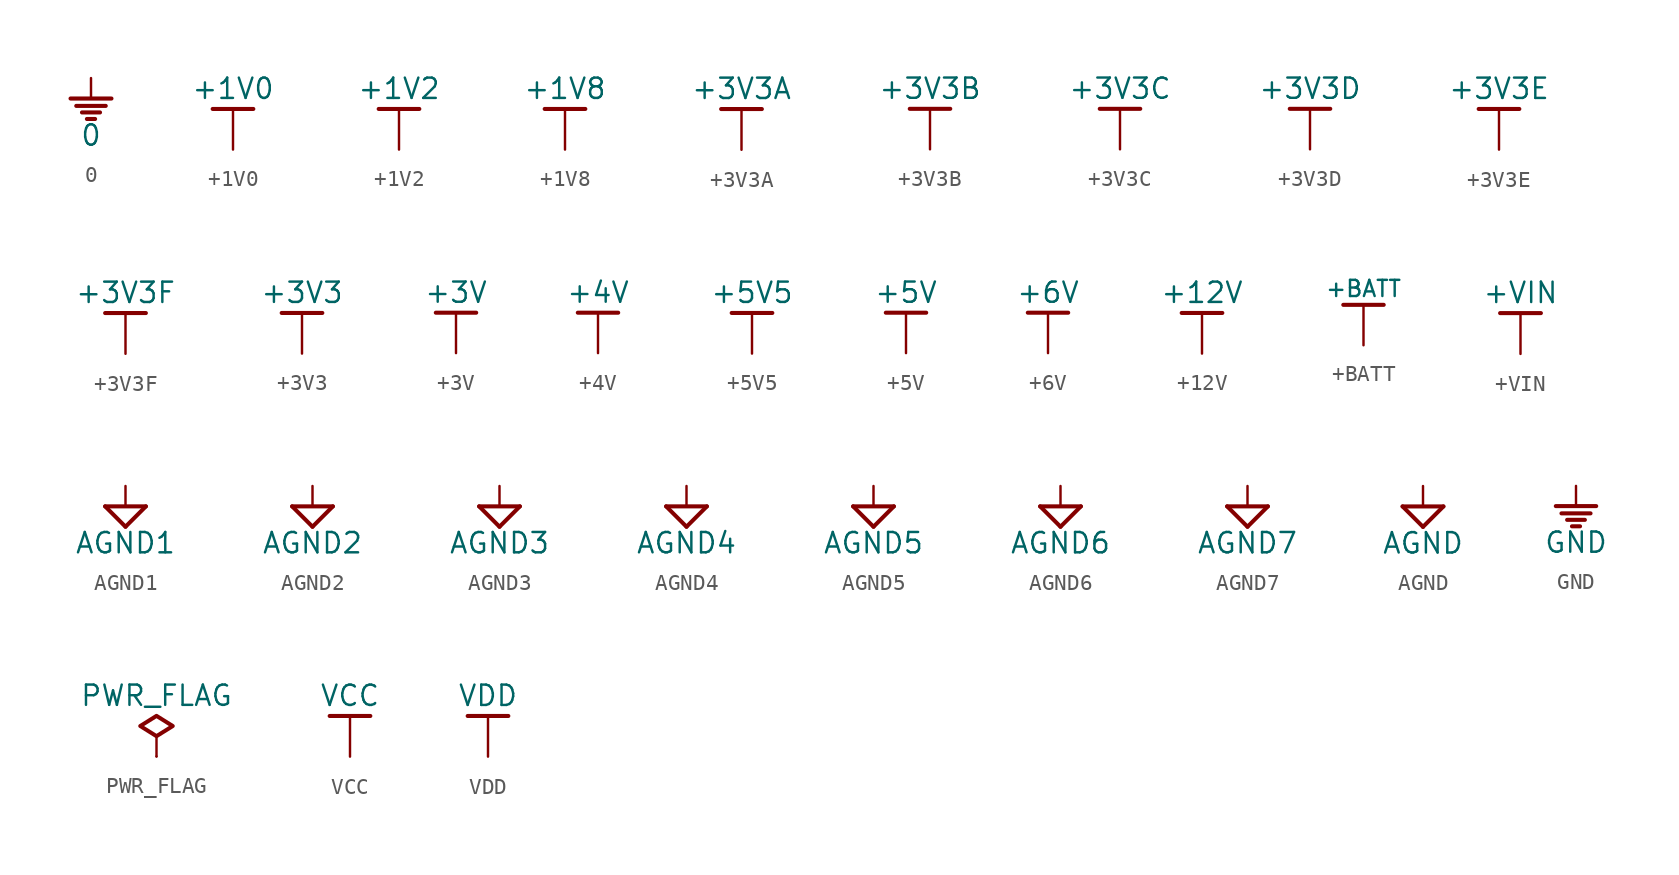
<source format=kicad_sym>
(kicad_symbol_lib
  (version 20210619)
  (generator kicad_symbol_editor)
  (symbol "KLIB_Power:0"
    (power)
    (pin_names
      (offset 0))
    (property "Reference" "#PWR"
      (at 0 -5.08 0)
      (effects (font (size 1.27 1.27)) hide))
    (property "Value" "0"
      (at 0 -3.556 0)
      (effects (font (size 1.27 1.27))))
    (symbol "0_0_1"
      (polyline (pts (xy -0.914 -1.727) (xy 0.914 -1.727)) (stroke (width 0.254)) (fill (type none)))
      (polyline (pts (xy -0.559 -2.134) (xy 0.559 -2.134)) (stroke (width 0.254)) (fill (type none)))
      (polyline (pts (xy -0.254 -2.54) (xy 0.254 -2.54)) (stroke (width 0.254)) (fill (type none)))
      (polyline (pts (xy 0 -1.27) (xy 0 0)) (stroke (width 0)) (fill (type none)))
      (polyline (pts (xy 1.27 -1.27) (xy -1.27 -1.27)) (stroke (width 0.254)) (fill (type none))))
    (symbol "0_1_1"
      (pin power_in line (at 0 0 270) (length 0) hide (name "0" (effects (font (size 1.27 1.27)))) (number "1" (effects (font (size 1.27 1.27)))))))
  (symbol "KLIB_Power:+1V0"
    (power)
    (pin_names
      (offset 0))
    (property "Reference" "#PWR"
      (at 0 -7.62 0)
      (effects (font (size 1.27 1.27)) hide))
    (property "Value" "+1V0"
      (at 0 3.81 0)
      (effects (font (size 1.27 1.27))))
    (symbol "+1V0_0_1"
      (polyline (pts (xy -1.27 2.54) (xy 1.27 2.54)) (stroke (width 0.254)) (fill (type none)))
      (polyline (pts (xy 0 0) (xy 0 2.54)) (stroke (width 0)) (fill (type none))))
    (symbol "+1V0_1_1"
      (pin power_in line (at 0 0 90) (length 0) hide (name "+1V0" (effects (font (size 1.27 1.27)))) (number "1" (effects (font (size 1.27 1.27)))))))
  (symbol "KLIB_Power:+1V2"
    (power)
    (pin_names
      (offset 0))
    (property "Reference" "#PWR"
      (at 0 -7.62 0)
      (effects (font (size 1.27 1.27)) hide))
    (property "Value" "+1V2"
      (at 0 3.81 0)
      (effects (font (size 1.27 1.27))))
    (symbol "+1V2_0_1"
      (polyline (pts (xy -1.27 2.54) (xy 1.27 2.54)) (stroke (width 0.254)) (fill (type none)))
      (polyline (pts (xy 0 0) (xy 0 2.54)) (stroke (width 0)) (fill (type none))))
    (symbol "+1V2_1_1"
      (pin power_in line (at 0 0 90) (length 0) hide (name "+1V2" (effects (font (size 1.27 1.27)))) (number "1" (effects (font (size 1.27 1.27)))))))
  (symbol "KLIB_Power:+1V8"
    (power)
    (pin_names
      (offset 0))
    (property "Reference" "#PWR"
      (at 0 -7.62 0)
      (effects (font (size 1.27 1.27)) hide))
    (property "Value" "+1V8"
      (at 0 3.81 0)
      (effects (font (size 1.27 1.27))))
    (symbol "+1V8_0_1"
      (polyline (pts (xy -1.27 2.54) (xy 1.27 2.54)) (stroke (width 0.254)) (fill (type none)))
      (polyline (pts (xy 0 0) (xy 0 2.54)) (stroke (width 0)) (fill (type none))))
    (symbol "+1V8_1_1"
      (pin power_in line (at 0 0 90) (length 0) hide (name "+1V8" (effects (font (size 1.27 1.27)))) (number "1" (effects (font (size 1.27 1.27)))))))
  (symbol "KLIB_Power:+3V3A"
    (power)
    (pin_names
      (offset 0))
    (property "Reference" "#PWR"
      (at 0 -7.62 0)
      (effects (font (size 1.27 1.27)) hide))
    (property "Value" "+3V3A"
      (at 0 3.81 0)
      (effects (font (size 1.27 1.27))))
    (symbol "+3V3A_0_1"
      (polyline (pts (xy -1.27 2.54) (xy 1.27 2.54)) (stroke (width 0.254)) (fill (type none)))
      (polyline (pts (xy 0 0) (xy 0 2.54)) (stroke (width 0)) (fill (type none))))
    (symbol "+3V3A_1_1"
      (pin power_in line (at 0 0 90) (length 0) hide (name "+3V3A" (effects (font (size 1.27 1.27)))) (number "1" (effects (font (size 1.27 1.27)))))))
  (symbol "KLIB_Power:+3V3B"
    (power)
    (pin_names
      (offset 0))
    (property "Reference" "#PWR"
      (at 0 -7.62 0)
      (effects (font (size 1.27 1.27)) hide))
    (property "Value" "+3V3B"
      (at 0 3.81 0)
      (effects (font (size 1.27 1.27))))
    (symbol "+3V3B_0_1"
      (polyline (pts (xy -1.27 2.54) (xy 1.27 2.54)) (stroke (width 0.254)) (fill (type none)))
      (polyline (pts (xy 0 0) (xy 0 2.54)) (stroke (width 0)) (fill (type none))))
    (symbol "+3V3B_1_1"
      (pin power_in line (at 0 0 90) (length 0) hide (name "+3V3B" (effects (font (size 1.27 1.27)))) (number "1" (effects (font (size 1.27 1.27)))))))
  (symbol "KLIB_Power:+3V3C"
    (power)
    (pin_names
      (offset 0))
    (property "Reference" "#PWR"
      (at 0 -7.62 0)
      (effects (font (size 1.27 1.27)) hide))
    (property "Value" "+3V3C"
      (at 0 3.81 0)
      (effects (font (size 1.27 1.27))))
    (symbol "+3V3C_0_1"
      (polyline (pts (xy -1.27 2.54) (xy 1.27 2.54)) (stroke (width 0.254)) (fill (type none)))
      (polyline (pts (xy 0 0) (xy 0 2.54)) (stroke (width 0)) (fill (type none))))
    (symbol "+3V3C_1_1"
      (pin power_in line (at 0 0 90) (length 0) hide (name "+3V3C" (effects (font (size 1.27 1.27)))) (number "1" (effects (font (size 1.27 1.27)))))))
  (symbol "KLIB_Power:+3V3D"
    (power)
    (pin_names
      (offset 0))
    (property "Reference" "#PWR"
      (at 0 -7.62 0)
      (effects (font (size 1.27 1.27)) hide))
    (property "Value" "+3V3D"
      (at 0 3.81 0)
      (effects (font (size 1.27 1.27))))
    (symbol "+3V3D_0_1"
      (polyline (pts (xy -1.27 2.54) (xy 1.27 2.54)) (stroke (width 0.254)) (fill (type none)))
      (polyline (pts (xy 0 0) (xy 0 2.54)) (stroke (width 0)) (fill (type none))))
    (symbol "+3V3D_1_1"
      (pin power_in line (at 0 0 90) (length 0) hide (name "+3V3D" (effects (font (size 1.27 1.27)))) (number "1" (effects (font (size 1.27 1.27)))))))
  (symbol "KLIB_Power:+3V3E"
    (power)
    (pin_names
      (offset 0))
    (property "Reference" "#PWR"
      (at 0 -7.62 0)
      (effects (font (size 1.27 1.27)) hide))
    (property "Value" "+3V3E"
      (at 0 3.81 0)
      (effects (font (size 1.27 1.27))))
    (symbol "+3V3E_0_1"
      (polyline (pts (xy -1.27 2.54) (xy 1.27 2.54)) (stroke (width 0.254)) (fill (type none)))
      (polyline (pts (xy 0 0) (xy 0 2.54)) (stroke (width 0)) (fill (type none))))
    (symbol "+3V3E_1_1"
      (pin power_in line (at 0 0 90) (length 0) hide (name "+3V3E" (effects (font (size 1.27 1.27)))) (number "1" (effects (font (size 1.27 1.27)))))))
  (symbol "KLIB_Power:+3V3F"
    (power)
    (pin_names
      (offset 0))
    (property "Reference" "#PWR"
      (at 0 -7.62 0)
      (effects (font (size 1.27 1.27)) hide))
    (property "Value" "+3V3F"
      (at 0 3.81 0)
      (effects (font (size 1.27 1.27))))
    (symbol "+3V3F_0_1"
      (polyline (pts (xy -1.27 2.54) (xy 1.27 2.54)) (stroke (width 0.254)) (fill (type none)))
      (polyline (pts (xy 0 0) (xy 0 2.54)) (stroke (width 0)) (fill (type none))))
    (symbol "+3V3F_1_1"
      (pin power_in line (at 0 0 90) (length 0) hide (name "+3V3F" (effects (font (size 1.27 1.27)))) (number "1" (effects (font (size 1.27 1.27)))))))
  (symbol "KLIB_Power:+3V3"
    (power)
    (pin_names
      (offset 0))
    (property "Reference" "#PWR"
      (at 0 -7.62 0)
      (effects (font (size 1.27 1.27)) hide))
    (property "Value" "+3V3"
      (at 0 3.81 0)
      (effects (font (size 1.27 1.27))))
    (symbol "+3V3_0_1"
      (polyline (pts (xy -1.27 2.54) (xy 1.27 2.54)) (stroke (width 0.254)) (fill (type none)))
      (polyline (pts (xy 0 0) (xy 0 2.54)) (stroke (width 0)) (fill (type none))))
    (symbol "+3V3_1_1"
      (pin power_in line (at 0 0 90) (length 0) hide (name "+3V3" (effects (font (size 1.27 1.27)))) (number "1" (effects (font (size 1.27 1.27)))))))
  (symbol "KLIB_Power:+3V"
    (power)
    (pin_names
      (offset 0))
    (property "Reference" "#PWR"
      (at 0 -7.62 0)
      (effects (font (size 1.27 1.27)) hide))
    (property "Value" "+3V"
      (at 0 3.81 0)
      (effects (font (size 1.27 1.27))))
    (symbol "+3V_0_1"
      (polyline (pts (xy -1.27 2.54) (xy 1.27 2.54)) (stroke (width 0.254)) (fill (type none)))
      (polyline (pts (xy 0 0) (xy 0 2.54)) (stroke (width 0)) (fill (type none))))
    (symbol "+3V_1_1"
      (pin power_in line (at 0 0 90) (length 0) hide (name "+3V" (effects (font (size 1.27 1.27)))) (number "1" (effects (font (size 1.27 1.27)))))))
  (symbol "KLIB_Power:+4V"
    (power)
    (pin_names
      (offset 0))
    (property "Reference" "#PWR"
      (at 0 -7.62 0)
      (effects (font (size 1.27 1.27)) hide))
    (property "Value" "+4V"
      (at 0 3.81 0)
      (effects (font (size 1.27 1.27))))
    (symbol "+4V_0_1"
      (polyline (pts (xy -1.27 2.54) (xy 1.27 2.54)) (stroke (width 0.254)) (fill (type none)))
      (polyline (pts (xy 0 0) (xy 0 2.54)) (stroke (width 0)) (fill (type none))))
    (symbol "+4V_1_1"
      (pin power_in line (at 0 0 90) (length 0) hide (name "+4V" (effects (font (size 1.27 1.27)))) (number "1" (effects (font (size 1.27 1.27)))))))
  (symbol "KLIB_Power:+5V5"
    (power)
    (pin_names
      (offset 0))
    (property "Reference" "#PWR"
      (at 0 -7.62 0)
      (effects (font (size 1.27 1.27)) hide))
    (property "Value" "+5V5"
      (at 0 3.81 0)
      (effects (font (size 1.27 1.27))))
    (symbol "+5V5_0_1"
      (polyline (pts (xy -1.27 2.54) (xy 1.27 2.54)) (stroke (width 0.254)) (fill (type none)))
      (polyline (pts (xy 0 0) (xy 0 2.54)) (stroke (width 0)) (fill (type none))))
    (symbol "+5V5_1_1"
      (pin power_in line (at 0 0 90) (length 0) hide (name "+5V5" (effects (font (size 1.27 1.27)))) (number "1" (effects (font (size 1.27 1.27)))))))
  (symbol "KLIB_Power:+5V"
    (power)
    (pin_names
      (offset 0))
    (property "Reference" "#PWR"
      (at 0 -7.62 0)
      (effects (font (size 1.27 1.27)) hide))
    (property "Value" "+5V"
      (at 0 3.81 0)
      (effects (font (size 1.27 1.27))))
    (symbol "+5V_0_1"
      (polyline (pts (xy -1.27 2.54) (xy 1.27 2.54)) (stroke (width 0.254)) (fill (type none)))
      (polyline (pts (xy 0 0) (xy 0 2.54)) (stroke (width 0)) (fill (type none))))
    (symbol "+5V_1_1"
      (pin power_in line (at 0 0 90) (length 0) hide (name "+5V" (effects (font (size 1.27 1.27)))) (number "1" (effects (font (size 1.27 1.27)))))))
  (symbol "KLIB_Power:+6V"
    (power)
    (pin_names
      (offset 0))
    (property "Reference" "#PWR"
      (at 0 -7.62 0)
      (effects (font (size 1.27 1.27)) hide))
    (property "Value" "+6V"
      (at 0 3.81 0)
      (effects (font (size 1.27 1.27))))
    (symbol "+6V_0_1"
      (polyline (pts (xy -1.27 2.54) (xy 1.27 2.54)) (stroke (width 0.254)) (fill (type none)))
      (polyline (pts (xy 0 0) (xy 0 2.54)) (stroke (width 0)) (fill (type none))))
    (symbol "+6V_1_1"
      (pin power_in line (at 0 0 90) (length 0) hide (name "+6V" (effects (font (size 1.27 1.27)))) (number "1" (effects (font (size 1.27 1.27)))))))
  (symbol "KLIB_Power:+12V"
    (power)
    (pin_names
      (offset 0))
    (property "Reference" "#PWR"
      (at 0 -7.62 0)
      (effects (font (size 1.27 1.27)) hide))
    (property "Value" "+12V"
      (at 0 3.81 0)
      (effects (font (size 1.27 1.27))))
    (symbol "+12V_0_1"
      (polyline (pts (xy -1.27 2.54) (xy 1.27 2.54)) (stroke (width 0.254)) (fill (type none)))
      (polyline (pts (xy 0 0) (xy 0 2.54)) (stroke (width 0)) (fill (type none))))
    (symbol "+12V_1_1"
      (pin power_in line (at 0 0 90) (length 0) hide (name "+12V" (effects (font (size 1.27 1.27)))) (number "1" (effects (font (size 1.27 1.27)))))))
  (symbol "KLIB_Power:+BATT"
    (power)
    (pin_names
      (offset 0))
    (property "Reference" "#PWR"
      (at 0 -3.81 0)
      (effects (font (size 1.27 1.27)) hide))
    (property "Value" "+BATT"
      (at 0 3.556 0)
      (effects (font (size 1.016 1.016))))
    (symbol "+BATT_0_1"
      (polyline (pts (xy -1.27 2.54) (xy 1.27 2.54)) (stroke (width 0.254)) (fill (type none)))
      (polyline (pts (xy 0 0) (xy 0 2.54)) (stroke (width 0)) (fill (type none))))
    (symbol "+BATT_1_1"
      (pin power_in line (at 0 0 90) (length 0) hide (name "+BATT" (effects (font (size 1.27 1.27)))) (number "1" (effects (font (size 1.27 1.27)))))))
  (symbol "KLIB_Power:+VIN"
    (power)
    (pin_names
      (offset 0))
    (property "Reference" "#PWR"
      (at 0 -7.62 0)
      (effects (font (size 1.27 1.27)) hide))
    (property "Value" "+VIN"
      (at 0 3.81 0)
      (effects (font (size 1.27 1.27))))
    (symbol "+VIN_0_1"
      (polyline (pts (xy -1.27 2.54) (xy 1.27 2.54)) (stroke (width 0.254)) (fill (type none)))
      (polyline (pts (xy 0 0) (xy 0 2.54)) (stroke (width 0)) (fill (type none))))
    (symbol "+VIN_1_1"
      (pin power_in line (at 0 0 90) (length 0) hide (name "+VIN" (effects (font (size 1.27 1.27)))) (number "1" (effects (font (size 1.27 1.27)))))))
  (symbol "KLIB_Power:AGND1"
    (power)
    (pin_names
      (offset 0))
    (property "Reference" "#PWR"
      (at 0 -5.08 0)
      (effects (font (size 1.27 1.27)) hide))
    (property "Value" "AGND1"
      (at 0 -3.556 0)
      (effects (font (size 1.27 1.27))))
    (symbol "AGND1_0_1"
      (polyline (pts (xy -1.27 -1.27) (xy 0 -2.54)) (stroke (width 0.254)) (fill (type none)))
      (polyline (pts (xy 0 -2.54) (xy 1.27 -1.27)) (stroke (width 0.254)) (fill (type none)))
      (polyline (pts (xy 0 -1.27) (xy 0 0)) (stroke (width 0)) (fill (type none)))
      (polyline (pts (xy 1.27 -1.27) (xy -1.27 -1.27)) (stroke (width 0.254)) (fill (type none))))
    (symbol "AGND1_1_1"
      (pin power_in line (at 0 0 270) (length 0) hide (name "AGND1" (effects (font (size 1.27 1.27)))) (number "1" (effects (font (size 1.27 1.27)))))))
  (symbol "KLIB_Power:AGND2"
    (power)
    (pin_names
      (offset 0))
    (property "Reference" "#PWR"
      (at 0 -5.08 0)
      (effects (font (size 1.27 1.27)) hide))
    (property "Value" "AGND2"
      (at 0 -3.556 0)
      (effects (font (size 1.27 1.27))))
    (symbol "AGND2_0_1"
      (polyline (pts (xy -1.27 -1.27) (xy 0 -2.54)) (stroke (width 0.254)) (fill (type none)))
      (polyline (pts (xy 0 -2.54) (xy 1.27 -1.27)) (stroke (width 0.254)) (fill (type none)))
      (polyline (pts (xy 0 -1.27) (xy 0 0)) (stroke (width 0)) (fill (type none)))
      (polyline (pts (xy 1.27 -1.27) (xy -1.27 -1.27)) (stroke (width 0.254)) (fill (type none))))
    (symbol "AGND2_1_1"
      (pin power_in line (at 0 0 270) (length 0) hide (name "AGND2" (effects (font (size 1.27 1.27)))) (number "1" (effects (font (size 1.27 1.27)))))))
  (symbol "KLIB_Power:AGND3"
    (power)
    (pin_names
      (offset 0))
    (property "Reference" "#PWR"
      (at 0 -5.08 0)
      (effects (font (size 1.27 1.27)) hide))
    (property "Value" "AGND3"
      (at 0 -3.556 0)
      (effects (font (size 1.27 1.27))))
    (symbol "AGND3_0_1"
      (polyline (pts (xy -1.27 -1.27) (xy 0 -2.54)) (stroke (width 0.254)) (fill (type none)))
      (polyline (pts (xy 0 -2.54) (xy 1.27 -1.27)) (stroke (width 0.254)) (fill (type none)))
      (polyline (pts (xy 0 -1.27) (xy 0 0)) (stroke (width 0)) (fill (type none)))
      (polyline (pts (xy 1.27 -1.27) (xy -1.27 -1.27)) (stroke (width 0.254)) (fill (type none))))
    (symbol "AGND3_1_1"
      (pin power_in line (at 0 0 270) (length 0) hide (name "AGND3" (effects (font (size 1.27 1.27)))) (number "1" (effects (font (size 1.27 1.27)))))))
  (symbol "KLIB_Power:AGND4"
    (power)
    (pin_names
      (offset 0))
    (property "Reference" "#PWR"
      (at 0 -5.08 0)
      (effects (font (size 1.27 1.27)) hide))
    (property "Value" "AGND4"
      (at 0 -3.556 0)
      (effects (font (size 1.27 1.27))))
    (symbol "AGND4_0_1"
      (polyline (pts (xy -1.27 -1.27) (xy 0 -2.54)) (stroke (width 0.254)) (fill (type none)))
      (polyline (pts (xy 0 -2.54) (xy 1.27 -1.27)) (stroke (width 0.254)) (fill (type none)))
      (polyline (pts (xy 0 -1.27) (xy 0 0)) (stroke (width 0)) (fill (type none)))
      (polyline (pts (xy 1.27 -1.27) (xy -1.27 -1.27)) (stroke (width 0.254)) (fill (type none))))
    (symbol "AGND4_1_1"
      (pin power_in line (at 0 0 270) (length 0) hide (name "AGND4" (effects (font (size 1.27 1.27)))) (number "1" (effects (font (size 1.27 1.27)))))))
  (symbol "KLIB_Power:AGND5"
    (power)
    (pin_names
      (offset 0))
    (property "Reference" "#PWR"
      (at 0 -5.08 0)
      (effects (font (size 1.27 1.27)) hide))
    (property "Value" "AGND5"
      (at 0 -3.556 0)
      (effects (font (size 1.27 1.27))))
    (symbol "AGND5_0_1"
      (polyline (pts (xy -1.27 -1.27) (xy 0 -2.54)) (stroke (width 0.254)) (fill (type none)))
      (polyline (pts (xy 0 -2.54) (xy 1.27 -1.27)) (stroke (width 0.254)) (fill (type none)))
      (polyline (pts (xy 0 -1.27) (xy 0 0)) (stroke (width 0)) (fill (type none)))
      (polyline (pts (xy 1.27 -1.27) (xy -1.27 -1.27)) (stroke (width 0.254)) (fill (type none))))
    (symbol "AGND5_1_1"
      (pin power_in line (at 0 0 270) (length 0) hide (name "AGND5" (effects (font (size 1.27 1.27)))) (number "1" (effects (font (size 1.27 1.27)))))))
  (symbol "KLIB_Power:AGND6"
    (power)
    (pin_names
      (offset 0))
    (property "Reference" "#PWR"
      (at 0 -5.08 0)
      (effects (font (size 1.27 1.27)) hide))
    (property "Value" "AGND6"
      (at 0 -3.556 0)
      (effects (font (size 1.27 1.27))))
    (symbol "AGND6_0_1"
      (polyline (pts (xy -1.27 -1.27) (xy 0 -2.54)) (stroke (width 0.254)) (fill (type none)))
      (polyline (pts (xy 0 -2.54) (xy 1.27 -1.27)) (stroke (width 0.254)) (fill (type none)))
      (polyline (pts (xy 0 -1.27) (xy 0 0)) (stroke (width 0)) (fill (type none)))
      (polyline (pts (xy 1.27 -1.27) (xy -1.27 -1.27)) (stroke (width 0.254)) (fill (type none))))
    (symbol "AGND6_1_1"
      (pin power_in line (at 0 0 270) (length 0) hide (name "AGND6" (effects (font (size 1.27 1.27)))) (number "1" (effects (font (size 1.27 1.27)))))))
  (symbol "KLIB_Power:AGND7"
    (power)
    (pin_names
      (offset 0))
    (property "Reference" "#PWR"
      (at 0 -5.08 0)
      (effects (font (size 1.27 1.27)) hide))
    (property "Value" "AGND7"
      (at 0 -3.556 0)
      (effects (font (size 1.27 1.27))))
    (symbol "AGND7_0_1"
      (polyline (pts (xy -1.27 -1.27) (xy 0 -2.54)) (stroke (width 0.254)) (fill (type none)))
      (polyline (pts (xy 0 -2.54) (xy 1.27 -1.27)) (stroke (width 0.254)) (fill (type none)))
      (polyline (pts (xy 0 -1.27) (xy 0 0)) (stroke (width 0)) (fill (type none)))
      (polyline (pts (xy 1.27 -1.27) (xy -1.27 -1.27)) (stroke (width 0.254)) (fill (type none))))
    (symbol "AGND7_1_1"
      (pin power_in line (at 0 0 270) (length 0) hide (name "AGND7" (effects (font (size 1.27 1.27)))) (number "1" (effects (font (size 1.27 1.27)))))))
  (symbol "KLIB_Power:AGND"
    (power)
    (pin_names
      (offset 0))
    (property "Reference" "#PWR"
      (at 0 -5.08 0)
      (effects (font (size 1.27 1.27)) hide))
    (property "Value" "AGND"
      (at 0 -3.556 0)
      (effects (font (size 1.27 1.27))))
    (symbol "AGND_0_1"
      (polyline (pts (xy -1.27 -1.27) (xy 0 -2.54)) (stroke (width 0.254)) (fill (type none)))
      (polyline (pts (xy 0 -2.54) (xy 1.27 -1.27)) (stroke (width 0.254)) (fill (type none)))
      (polyline (pts (xy 0 -1.27) (xy 0 0)) (stroke (width 0)) (fill (type none)))
      (polyline (pts (xy 1.27 -1.27) (xy -1.27 -1.27)) (stroke (width 0.254)) (fill (type none))))
    (symbol "AGND_1_1"
      (pin power_in line (at 0 0 270) (length 0) hide (name "AGND" (effects (font (size 1.27 1.27)))) (number "1" (effects (font (size 1.27 1.27)))))))
  (symbol "KLIB_Power:GND"
    (power)
    (pin_names
      (offset 0))
    (property "Reference" "#PWR"
      (at 0 -5.08 0)
      (effects (font (size 1.27 1.27)) hide))
    (property "Value" "GND"
      (at 0 -3.556 0)
      (effects (font (size 1.27 1.27))))
    (symbol "GND_0_1"
      (polyline (pts (xy -0.914 -1.727) (xy 0.914 -1.727)) (stroke (width 0.254)) (fill (type none)))
      (polyline (pts (xy -0.559 -2.134) (xy 0.559 -2.134)) (stroke (width 0.254)) (fill (type none)))
      (polyline (pts (xy -0.254 -2.54) (xy 0.254 -2.54)) (stroke (width 0.254)) (fill (type none)))
      (polyline (pts (xy 0 -1.27) (xy 0 0)) (stroke (width 0)) (fill (type none)))
      (polyline (pts (xy 1.27 -1.27) (xy -1.27 -1.27)) (stroke (width 0.254)) (fill (type none))))
    (symbol "GND_1_1"
      (pin power_in line (at 0 0 270) (length 0) hide (name "GND" (effects (font (size 1.27 1.27)))) (number "1" (effects (font (size 1.27 1.27)))))))
  (symbol "KLIB_Power:PWR_FLAG"
    (power)
    (pin_numbers hide)
    (pin_names
      (offset 0) hide)
    (property "Reference" "#FLG"
      (at 0 1.905 0)
      (effects (font (size 1.27 1.27)) hide))
    (property "Value" "PWR_FLAG"
      (at 0 3.81 0)
      (effects (font (size 1.27 1.27))))
    (symbol "PWR_FLAG_0_0"
      (pin power_out line (at 0 0 90) (length 0) (name "pwr" (effects (font (size 1.27 1.27)))) (number "1" (effects (font (size 1.27 1.27))))))
    (symbol "PWR_FLAG_0_1"
      (polyline (pts (xy 0 0) (xy 0 1.27)) (stroke (width 0)) (fill (type none)))
      (polyline (pts (xy 0 1.27) (xy -1.016 1.905) (xy 0 2.54) (xy 1.016 1.905) (xy 0 1.27)) (stroke (width 0.254)) (fill (type none)))))
  (symbol "KLIB_Power:VCC"
    (power)
    (pin_names
      (offset 0))
    (property "Reference" "#PWR"
      (at 0 -3.81 0)
      (effects (font (size 1.27 1.27)) hide))
    (property "Value" "VCC"
      (at 0 3.81 0)
      (effects (font (size 1.27 1.27))))
    (symbol "VCC_0_1"
      (polyline (pts (xy -1.27 2.54) (xy 1.27 2.54)) (stroke (width 0.254)) (fill (type none)))
      (polyline (pts (xy 0 0) (xy 0 2.54)) (stroke (width 0)) (fill (type none))))
    (symbol "VCC_1_1"
      (pin power_in line (at 0 0 90) (length 0) hide (name "VCC" (effects (font (size 1.27 1.27)))) (number "1" (effects (font (size 1.27 1.27)))))))
  (symbol "KLIB_Power:VDD"
    (power)
    (pin_names
      (offset 0))
    (property "Reference" "#PWR"
      (at 0 -3.81 0)
      (effects (font (size 1.27 1.27)) hide))
    (property "Value" "VDD"
      (at 0 3.81 0)
      (effects (font (size 1.27 1.27))))
    (symbol "VDD_0_1"
      (polyline (pts (xy -1.27 2.54) (xy 1.27 2.54)) (stroke (width 0.254)) (fill (type none)))
      (polyline (pts (xy 0 0) (xy 0 2.54)) (stroke (width 0)) (fill (type none))))
    (symbol "VDD_1_1"
      (pin power_in line (at 0 0 90) (length 0) hide (name "VDD" (effects (font (size 1.27 1.27)))) (number "1" (effects (font (size 1.27 1.27))))))))
</source>
